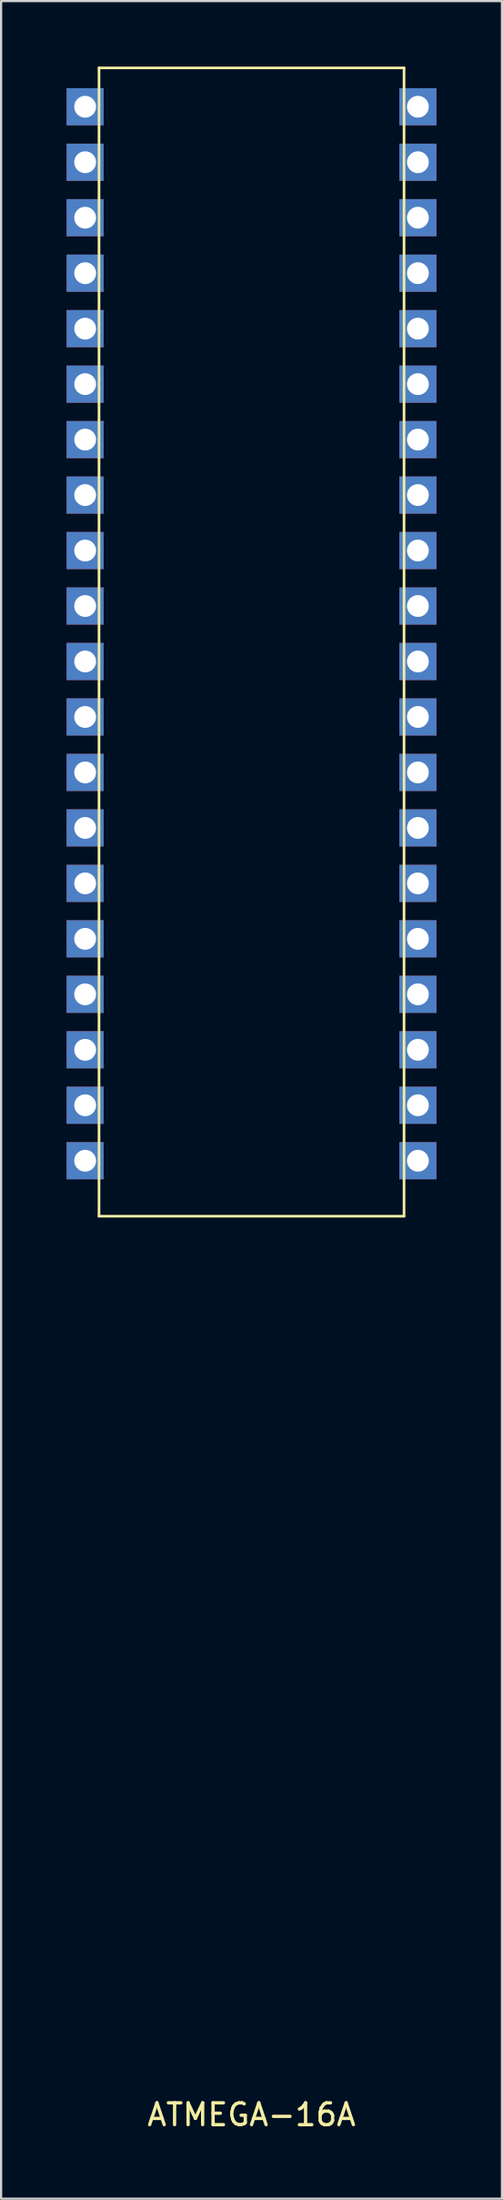
<source format=kicad_pcb>
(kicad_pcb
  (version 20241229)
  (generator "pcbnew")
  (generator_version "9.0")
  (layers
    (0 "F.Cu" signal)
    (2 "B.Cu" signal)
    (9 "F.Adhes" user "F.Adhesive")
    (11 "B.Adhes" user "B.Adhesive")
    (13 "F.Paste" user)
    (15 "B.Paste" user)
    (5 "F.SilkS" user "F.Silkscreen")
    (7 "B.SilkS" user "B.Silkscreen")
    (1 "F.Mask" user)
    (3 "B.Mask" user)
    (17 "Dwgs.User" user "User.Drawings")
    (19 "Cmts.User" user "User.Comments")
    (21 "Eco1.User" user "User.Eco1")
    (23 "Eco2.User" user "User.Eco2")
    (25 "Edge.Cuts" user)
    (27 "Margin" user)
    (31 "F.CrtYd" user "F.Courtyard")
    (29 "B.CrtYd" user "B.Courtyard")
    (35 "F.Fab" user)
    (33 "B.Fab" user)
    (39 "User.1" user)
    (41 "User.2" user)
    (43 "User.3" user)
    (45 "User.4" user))
  (footprint "ATMEGA-16A"
    (layer "F.Cu")
    (at 8.47 52.638)
    (property "Reference" "ATMEGA-16A" (at 0 41.14 0) (layer "F.SilkS") (effects (font (size 1 1) (thickness 0.15))))
    (attr through_hole)
    (fp_line (start -6.985 -52.578) (end 6.985 -52.578) (stroke (width 0.12) (type solid)) (layer "F.SilkS"))
    (fp_line (start -6.985 0) (end -6.985 -52.578) (stroke (width 0.12) (type solid)) (layer "F.SilkS"))
    (fp_line (start -6.985 0) (end 6.985 0) (stroke (width 0.12) (type solid)) (layer "F.SilkS"))
    (fp_line (start 6.985 0) (end 6.985 -52.578) (stroke (width 0.12) (type solid)) (layer "F.SilkS"))
    (pad "1" thru_hole rect (at -7.62 -50.8) (size 1.7 1.7) (drill 1) (layers "*.Cu" "*.Mask"))
    (pad "2" thru_hole rect (at -7.62 -48.26) (size 1.7 1.7) (drill 1) (layers "*.Cu" "*.Mask"))
    (pad "3" thru_hole rect (at -7.62 -45.72) (size 1.7 1.7) (drill 1) (layers "*.Cu" "*.Mask"))
    (pad "4" thru_hole rect (at -7.62 -43.18) (size 1.7 1.7) (drill 1) (layers "*.Cu" "*.Mask"))
    (pad "5" thru_hole rect (at -7.62 -40.64) (size 1.7 1.7) (drill 1) (layers "*.Cu" "*.Mask"))
    (pad "6" thru_hole rect (at -7.62 -38.1) (size 1.7 1.7) (drill 1) (layers "*.Cu" "*.Mask"))
    (pad "7" thru_hole rect (at -7.62 -35.56) (size 1.7 1.7) (drill 1) (layers "*.Cu" "*.Mask"))
    (pad "8" thru_hole rect (at -7.62 -33.02) (size 1.7 1.7) (drill 1) (layers "*.Cu" "*.Mask"))
    (pad "9" thru_hole rect (at -7.62 -30.48) (size 1.7 1.7) (drill 1) (layers "*.Cu" "*.Mask"))
    (pad "10" thru_hole rect (at -7.62 -27.94) (size 1.7 1.7) (drill 1) (layers "*.Cu" "*.Mask"))
    (pad "11" thru_hole rect (at -7.62 -25.4) (size 1.7 1.7) (drill 1) (layers "*.Cu" "*.Mask"))
    (pad "12" thru_hole rect (at -7.62 -22.86) (size 1.7 1.7) (drill 1) (layers "*.Cu" "*.Mask"))
    (pad "13" thru_hole rect (at -7.62 -20.32) (size 1.7 1.7) (drill 1) (layers "*.Cu" "*.Mask"))
    (pad "14" thru_hole rect (at -7.62 -17.78) (size 1.7 1.7) (drill 1) (layers "*.Cu" "*.Mask"))
    (pad "15" thru_hole rect (at -7.62 -15.24) (size 1.7 1.7) (drill 1) (layers "*.Cu" "*.Mask"))
    (pad "16" thru_hole rect (at -7.62 -12.7) (size 1.7 1.7) (drill 1) (layers "*.Cu" "*.Mask"))
    (pad "17" thru_hole rect (at -7.62 -10.16) (size 1.7 1.7) (drill 1) (layers "*.Cu" "*.Mask"))
    (pad "18" thru_hole rect (at -7.62 -7.62) (size 1.7 1.7) (drill 1) (layers "*.Cu" "*.Mask"))
    (pad "19" thru_hole rect (at -7.62 -5.08) (size 1.7 1.7) (drill 1) (layers "*.Cu" "*.Mask"))
    (pad "20" thru_hole rect (at -7.62 -2.54) (size 1.7 1.7) (drill 1) (layers "*.Cu" "*.Mask"))
    (pad "21" thru_hole rect (at 7.62 -2.54) (size 1.7 1.7) (drill 1) (layers "*.Cu" "*.Mask"))
    (pad "22" thru_hole rect (at 7.62 -5.08) (size 1.7 1.7) (drill 1) (layers "*.Cu" "*.Mask"))
    (pad "23" thru_hole rect (at 7.62 -7.62) (size 1.7 1.7) (drill 1) (layers "*.Cu" "*.Mask"))
    (pad "24" thru_hole rect (at 7.62 -10.16) (size 1.7 1.7) (drill 1) (layers "*.Cu" "*.Mask"))
    (pad "25" thru_hole rect (at 7.62 -12.7) (size 1.7 1.7) (drill 1) (layers "*.Cu" "*.Mask"))
    (pad "26" thru_hole rect (at 7.62 -15.24) (size 1.7 1.7) (drill 1) (layers "*.Cu" "*.Mask"))
    (pad "27" thru_hole rect (at 7.62 -17.78) (size 1.7 1.7) (drill 1) (layers "*.Cu" "*.Mask"))
    (pad "28" thru_hole rect (at 7.62 -20.32) (size 1.7 1.7) (drill 1) (layers "*.Cu" "*.Mask"))
    (pad "29" thru_hole rect (at 7.62 -22.86) (size 1.7 1.7) (drill 1) (layers "*.Cu" "*.Mask"))
    (pad "30" thru_hole rect (at 7.62 -25.4) (size 1.7 1.7) (drill 1) (layers "*.Cu" "*.Mask"))
    (pad "31" thru_hole rect (at 7.62 -27.94) (size 1.7 1.7) (drill 1) (layers "*.Cu" "*.Mask"))
    (pad "32" thru_hole rect (at 7.62 -30.48) (size 1.7 1.7) (drill 1) (layers "*.Cu" "*.Mask"))
    (pad "33" thru_hole rect (at 7.62 -33.02) (size 1.7 1.7) (drill 1) (layers "*.Cu" "*.Mask"))
    (pad "34" thru_hole rect (at 7.62 -35.56) (size 1.7 1.7) (drill 1) (layers "*.Cu" "*.Mask"))
    (pad "35" thru_hole rect (at 7.62 -38.1) (size 1.7 1.7) (drill 1) (layers "*.Cu" "*.Mask"))
    (pad "36" thru_hole rect (at 7.62 -40.64) (size 1.7 1.7) (drill 1) (layers "*.Cu" "*.Mask"))
    (pad "37" thru_hole rect (at 7.62 -43.18) (size 1.7 1.7) (drill 1) (layers "*.Cu" "*.Mask"))
    (pad "38" thru_hole rect (at 7.62 -45.72) (size 1.7 1.7) (drill 1) (layers "*.Cu" "*.Mask"))
    (pad "39" thru_hole rect (at 7.62 -48.26) (size 1.7 1.7) (drill 1) (layers "*.Cu" "*.Mask"))
    (pad "40" thru_hole rect (at 7.62 -50.8) (size 1.7 1.7) (drill 1) (layers "*.Cu" "*.Mask")))
  (gr_rect
    (start -3 -3)
    (end 19.94 97.626)
    (stroke (width 0.1) (type default))
    (fill no)
    (layer "Edge.Cuts")))
</source>
